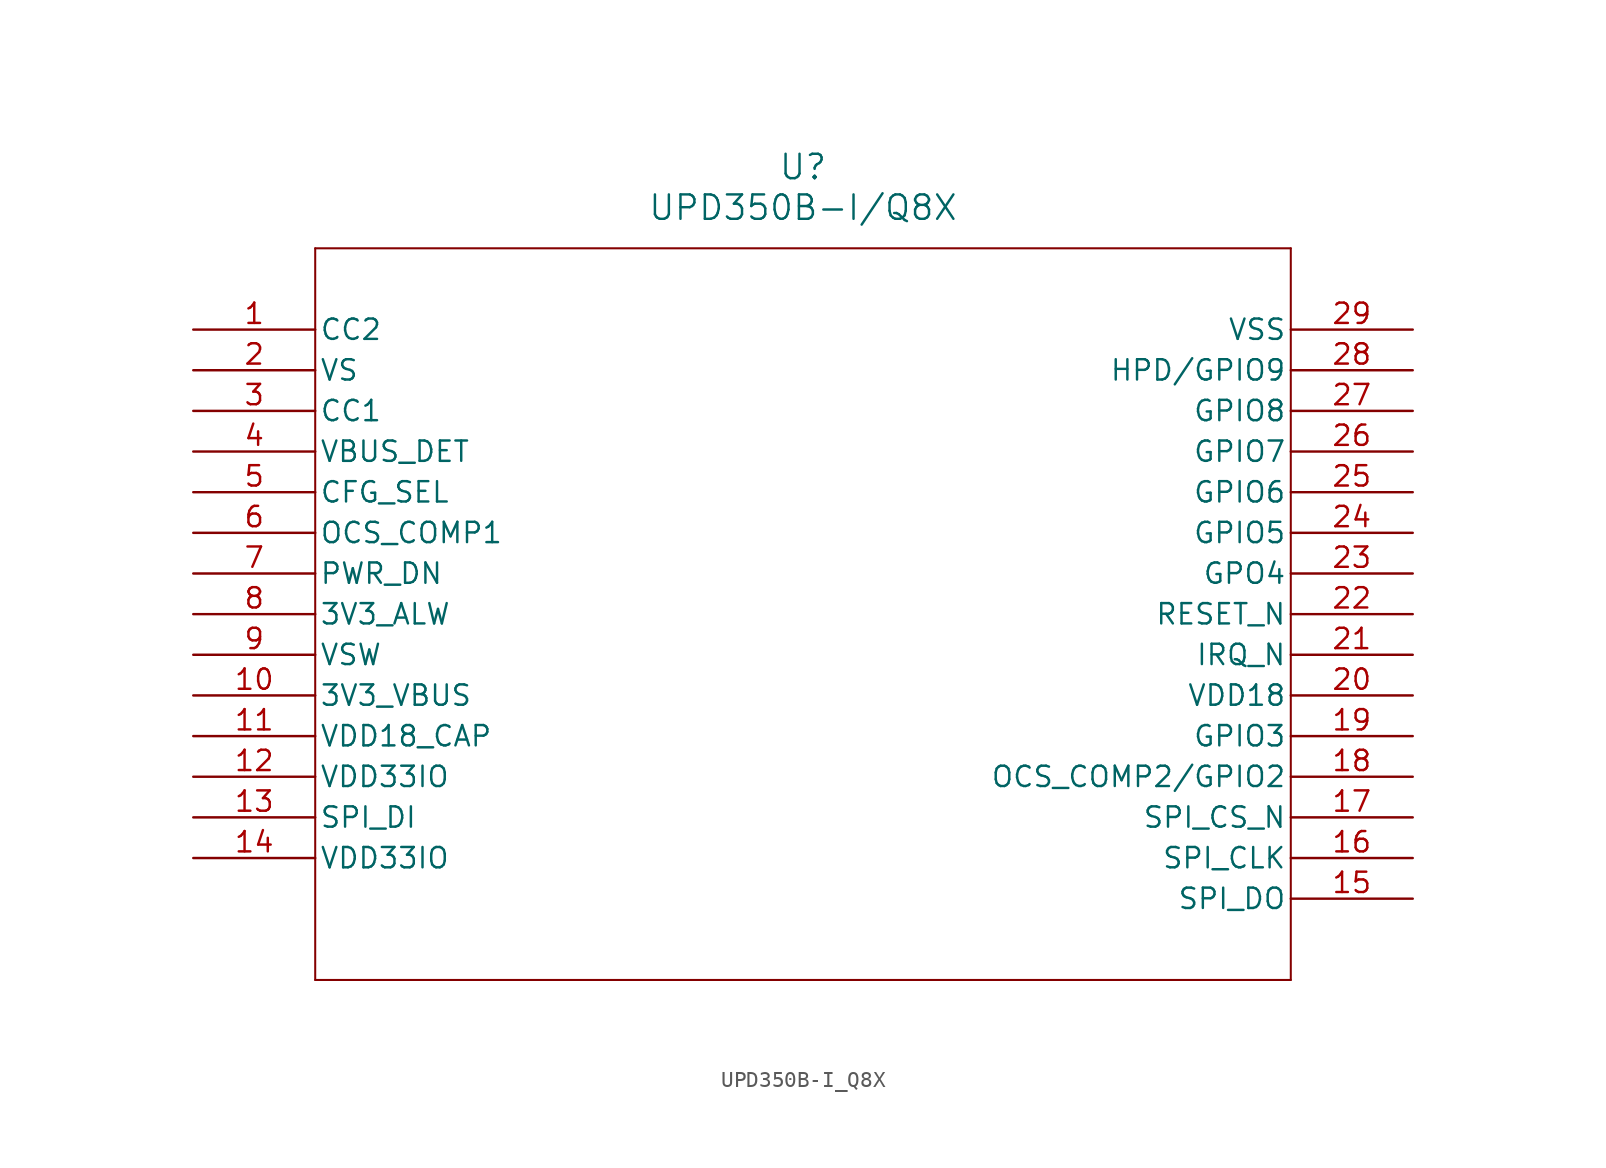
<source format=kicad_sym>
(kicad_symbol_lib
  (version 20211014)
  (generator kicad_symbol_editor)
  (symbol "UPD350B-I_Q8X"
    (pin_names
      (offset 0.254))
    (property "Reference" "U"
      (at 38.1 10.16 0)
      (effects (font (size 1.524 1.524))))
    (property "Value" "UPD350B-I/Q8X"
      (at 38.1 7.62 0)
      (effects (font (size 1.524 1.524))))
    (symbol "UPD350B-I_Q8X_0_1"
      (polyline (pts (xy 7.62 5.08) (xy 7.62 -40.64)) (stroke (width 0.127) (type default) (color 0 0 0 0)) (fill (type none)))
      (polyline (pts (xy 7.62 -40.64) (xy 68.58 -40.64)) (stroke (width 0.127) (type default) (color 0 0 0 0)) (fill (type none)))
      (polyline (pts (xy 68.58 -40.64) (xy 68.58 5.08)) (stroke (width 0.127) (type default) (color 0 0 0 0)) (fill (type none)))
      (polyline (pts (xy 68.58 5.08) (xy 7.62 5.08)) (stroke (width 0.127) (type default) (color 0 0 0 0)) (fill (type none)))
      (pin unspecified line (at 0 0 0) (length 7.62) (name "CC2" (effects (font (size 1.27 1.27)))) (number "1" (effects (font (size 1.27 1.27)))))
      (pin power_in line (at 0 -2.54 0) (length 7.62) (name "VS" (effects (font (size 1.27 1.27)))) (number "2" (effects (font (size 1.27 1.27)))))
      (pin unspecified line (at 0 -5.08 0) (length 7.62) (name "CC1" (effects (font (size 1.27 1.27)))) (number "3" (effects (font (size 1.27 1.27)))))
      (pin unspecified line (at 0 -7.62 0) (length 7.62) (name "VBUS_DET" (effects (font (size 1.27 1.27)))) (number "4" (effects (font (size 1.27 1.27)))))
      (pin unspecified line (at 0 -10.16 0) (length 7.62) (name "CFG_SEL" (effects (font (size 1.27 1.27)))) (number "5" (effects (font (size 1.27 1.27)))))
      (pin unspecified line (at 0 -12.7 0) (length 7.62) (name "OCS_COMP1" (effects (font (size 1.27 1.27)))) (number "6" (effects (font (size 1.27 1.27)))))
      (pin unspecified line (at 0 -15.24 0) (length 7.62) (name "PWR_DN" (effects (font (size 1.27 1.27)))) (number "7" (effects (font (size 1.27 1.27)))))
      (pin bidirectional line (at 0 -17.78 0) (length 7.62) (name "3V3_ALW" (effects (font (size 1.27 1.27)))) (number "8" (effects (font (size 1.27 1.27)))))
      (pin power_in line (at 0 -20.32 0) (length 7.62) (name "VSW" (effects (font (size 1.27 1.27)))) (number "9" (effects (font (size 1.27 1.27)))))
      (pin bidirectional line (at 0 -22.86 0) (length 7.62) (name "3V3_VBUS" (effects (font (size 1.27 1.27)))) (number "10" (effects (font (size 1.27 1.27)))))
      (pin power_in line (at 0 -25.4 0) (length 7.62) (name "VDD18_CAP" (effects (font (size 1.27 1.27)))) (number "11" (effects (font (size 1.27 1.27)))))
      (pin power_in line (at 0 -27.94 0) (length 7.62) (name "VDD33IO" (effects (font (size 1.27 1.27)))) (number "12" (effects (font (size 1.27 1.27)))))
      (pin input line (at 0 -30.48 0) (length 7.62) (name "SPI_DI" (effects (font (size 1.27 1.27)))) (number "13" (effects (font (size 1.27 1.27)))))
      (pin power_in line (at 0 -33.02 0) (length 7.62) (name "VDD33IO" (effects (font (size 1.27 1.27)))) (number "14" (effects (font (size 1.27 1.27)))))
      (pin output line (at 76.2 -35.56 180) (length 7.62) (name "SPI_DO" (effects (font (size 1.27 1.27)))) (number "15" (effects (font (size 1.27 1.27)))))
      (pin input line (at 76.2 -33.02 180) (length 7.62) (name "SPI_CLK" (effects (font (size 1.27 1.27)))) (number "16" (effects (font (size 1.27 1.27)))))
      (pin input line (at 76.2 -30.48 180) (length 7.62) (name "SPI_CS_N" (effects (font (size 1.27 1.27)))) (number "17" (effects (font (size 1.27 1.27)))))
      (pin bidirectional line (at 76.2 -27.94 180) (length 7.62) (name "OCS_COMP2/GPIO2" (effects (font (size 1.27 1.27)))) (number "18" (effects (font (size 1.27 1.27)))))
      (pin bidirectional line (at 76.2 -25.4 180) (length 7.62) (name "GPIO3" (effects (font (size 1.27 1.27)))) (number "19" (effects (font (size 1.27 1.27)))))
      (pin power_in line (at 76.2 -22.86 180) (length 7.62) (name "VDD18" (effects (font (size 1.27 1.27)))) (number "20" (effects (font (size 1.27 1.27)))))
      (pin output line (at 76.2 -20.32 180) (length 7.62) (name "IRQ_N" (effects (font (size 1.27 1.27)))) (number "21" (effects (font (size 1.27 1.27)))))
      (pin input line (at 76.2 -17.78 180) (length 7.62) (name "RESET_N" (effects (font (size 1.27 1.27)))) (number "22" (effects (font (size 1.27 1.27)))))
      (pin bidirectional line (at 76.2 -15.24 180) (length 7.62) (name "GPO4" (effects (font (size 1.27 1.27)))) (number "23" (effects (font (size 1.27 1.27)))))
      (pin bidirectional line (at 76.2 -12.7 180) (length 7.62) (name "GPIO5" (effects (font (size 1.27 1.27)))) (number "24" (effects (font (size 1.27 1.27)))))
      (pin bidirectional line (at 76.2 -10.16 180) (length 7.62) (name "GPIO6" (effects (font (size 1.27 1.27)))) (number "25" (effects (font (size 1.27 1.27)))))
      (pin bidirectional line (at 76.2 -7.62 180) (length 7.62) (name "GPIO7" (effects (font (size 1.27 1.27)))) (number "26" (effects (font (size 1.27 1.27)))))
      (pin bidirectional line (at 76.2 -5.08 180) (length 7.62) (name "GPIO8" (effects (font (size 1.27 1.27)))) (number "27" (effects (font (size 1.27 1.27)))))
      (pin bidirectional line (at 76.2 -2.54 180) (length 7.62) (name "HPD/GPIO9" (effects (font (size 1.27 1.27)))) (number "28" (effects (font (size 1.27 1.27)))))
      (pin power_out line (at 76.2 0 180) (length 7.62) (name "VSS" (effects (font (size 1.27 1.27)))) (number "29" (effects (font (size 1.27 1.27))))))))
</source>
